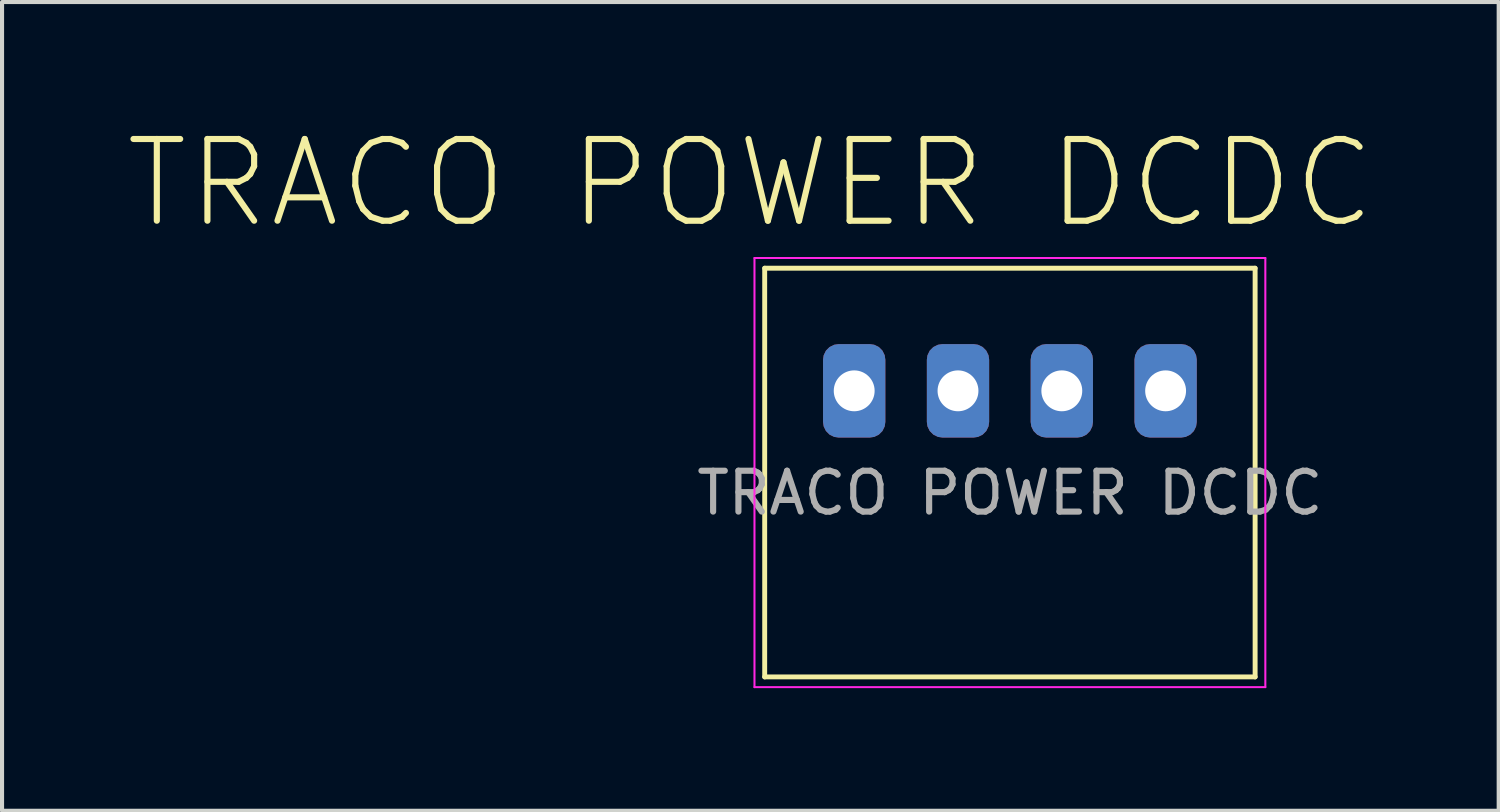
<source format=kicad_pcb>
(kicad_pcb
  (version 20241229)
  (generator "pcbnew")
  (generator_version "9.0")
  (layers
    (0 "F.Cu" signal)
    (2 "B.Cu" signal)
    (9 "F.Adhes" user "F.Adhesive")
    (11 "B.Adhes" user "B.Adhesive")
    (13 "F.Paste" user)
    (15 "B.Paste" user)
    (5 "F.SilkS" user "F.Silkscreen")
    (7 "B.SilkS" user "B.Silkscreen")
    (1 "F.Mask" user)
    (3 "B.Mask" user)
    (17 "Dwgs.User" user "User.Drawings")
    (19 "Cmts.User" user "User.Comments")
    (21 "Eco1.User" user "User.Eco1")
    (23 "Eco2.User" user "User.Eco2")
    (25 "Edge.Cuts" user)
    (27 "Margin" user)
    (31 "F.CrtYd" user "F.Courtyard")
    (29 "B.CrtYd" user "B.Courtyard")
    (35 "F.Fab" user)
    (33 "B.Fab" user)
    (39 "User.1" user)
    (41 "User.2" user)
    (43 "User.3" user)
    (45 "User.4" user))
  (footprint "TRACO POWER DCDC"
    (layer "F.Cu")
    (at 21.661 6.513)
    (property "Reference" "TRACO POWER DCDC" (at -6.35 -5.08 0) (unlocked yes) (layer "F.SilkS") (effects (font (size 2 2) (thickness 0.15))))
    (attr through_hole)
    (fp_line (start -6 -3) (end 6 -3) (stroke (width 0.12) (type solid)) (layer "F.SilkS"))
    (fp_line (start -6 7) (end -6 -3) (stroke (width 0.12) (type solid)) (layer "F.SilkS"))
    (fp_line (start 6 -3) (end 6 7) (stroke (width 0.12) (type solid)) (layer "F.SilkS"))
    (fp_line (start 6 7) (end -6 7) (stroke (width 0.12) (type solid)) (layer "F.SilkS"))
    (fp_line (start -6.25 -3.25) (end -6.25 7.25) (stroke (width 0.05) (type solid)) (layer "F.CrtYd"))
    (fp_line (start -6.25 7.25) (end 6.25 7.25) (stroke (width 0.05) (type solid)) (layer "F.CrtYd"))
    (fp_line (start 6.25 -3.25) (end -6.25 -3.25) (stroke (width 0.05) (type solid)) (layer "F.CrtYd"))
    (fp_line (start 6.25 7.25) (end 6.25 -3.25) (stroke (width 0.05) (type solid)) (layer "F.CrtYd"))
    (fp_text user "${REFERENCE}" (at 0 2.5 0) (unlocked yes) (layer "F.Fab") (effects (font (size 1 1) (thickness 0.15))))
    (pad "1" thru_hole roundrect (at -3.81 0 90) (size 2.286 1.524) (drill 1) (layers "*.Cu" "*.Mask") (roundrect_rratio 0.25))
    (pad "2" thru_hole roundrect (at -1.27 0 90) (size 2.286 1.524) (drill 1) (layers "*.Cu" "*.Mask") (roundrect_rratio 0.25))
    (pad "3" thru_hole roundrect (at 1.27 0 90) (size 2.286 1.524) (drill 1) (layers "*.Cu" "*.Mask") (roundrect_rratio 0.25))
    (pad "4" thru_hole roundrect (at 3.81 0 90) (size 2.286 1.524) (drill 1) (layers "*.Cu" "*.Mask") (roundrect_rratio 0.25)))
  (gr_rect
    (start -3 -3)
    (end 33.621 16.788)
    (stroke (width 0.1) (type default))
    (fill no)
    (layer "Edge.Cuts")))
</source>
